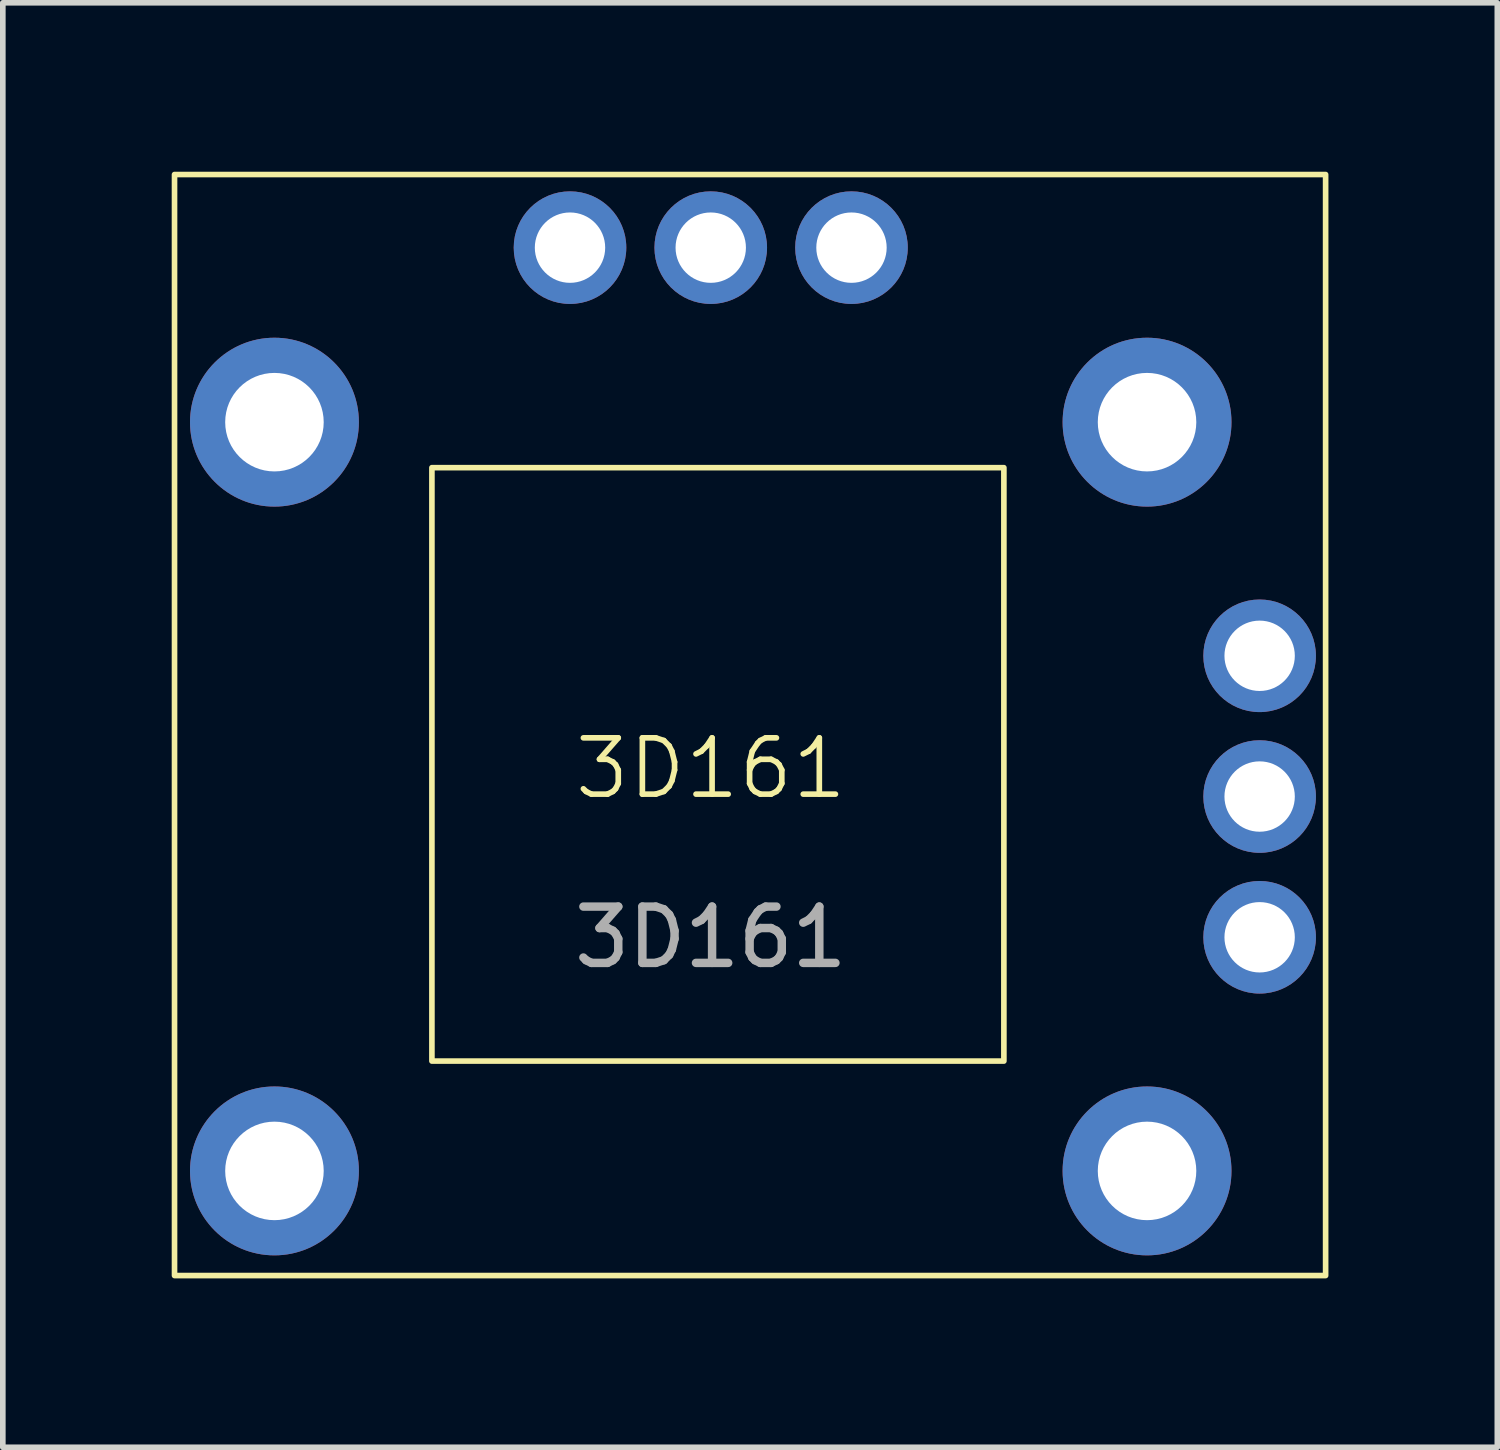
<source format=kicad_pcb>
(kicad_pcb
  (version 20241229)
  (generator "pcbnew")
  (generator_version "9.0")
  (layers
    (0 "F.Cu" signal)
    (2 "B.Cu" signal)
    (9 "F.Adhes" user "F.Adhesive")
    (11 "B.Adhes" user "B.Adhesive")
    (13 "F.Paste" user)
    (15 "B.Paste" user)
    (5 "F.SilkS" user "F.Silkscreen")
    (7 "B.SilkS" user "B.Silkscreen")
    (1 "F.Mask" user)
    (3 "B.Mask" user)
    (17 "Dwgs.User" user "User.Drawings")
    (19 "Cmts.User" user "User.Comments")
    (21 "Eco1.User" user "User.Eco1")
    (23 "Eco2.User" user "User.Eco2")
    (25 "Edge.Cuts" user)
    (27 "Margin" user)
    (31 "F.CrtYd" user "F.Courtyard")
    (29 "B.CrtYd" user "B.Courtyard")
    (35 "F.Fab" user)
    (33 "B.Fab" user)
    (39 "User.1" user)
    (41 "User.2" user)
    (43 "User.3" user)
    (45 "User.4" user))
  (footprint "3D161"
    (layer "F.Cu")
    (at 9.575 11.099)
    (property "Reference" "3D161" (at 0 -0.5 0) (unlocked yes) (layer "F.SilkS") (effects (font (size 1 1) (thickness 0.1))))
    (attr through_hole)
    (fp_rect (start -9.525 -11.049) (end 10.922 8.509) (stroke (width 0.1) (type default)) (fill no) (layer "F.SilkS"))
    (fp_rect (start -4.953 -5.842) (end 5.207 4.699) (stroke (width 0.1) (type default)) (fill no) (layer "F.SilkS"))
    (fp_text user "${REFERENCE}" (at 0 2.5 0) (unlocked yes) (layer "F.Fab") (effects (font (size 1 1) (thickness 0.15))))
    (pad "1" thru_hole circle (at -2.5 -9.75) (size 2 2) (drill 1.25) (layers "*.Cu" "*.Mask"))
    (pad "2" thru_hole circle (at 0 -9.75) (size 2 2) (drill 1.25) (layers "*.Cu" "*.Mask"))
    (pad "3" thru_hole circle (at 2.5 -9.75) (size 2 2) (drill 1.25) (layers "*.Cu" "*.Mask"))
    (pad "4" thru_hole circle (at 9.75 -2.5) (size 2 2) (drill 1.25) (layers "*.Cu" "*.Mask"))
    (pad "5" thru_hole circle (at 9.75 0) (size 2 2) (drill 1.25) (layers "*.Cu" "*.Mask"))
    (pad "6" thru_hole circle (at 9.75 2.5) (size 2 2) (drill 1.25) (layers "*.Cu" "*.Mask"))
    (pad "7" thru_hole circle (at -7.75 -6.65) (size 3 3) (drill 1.75) (layers "*.Cu" "*.Mask"))
    (pad "7" thru_hole circle (at -7.75 6.65) (size 3 3) (drill 1.75) (layers "*.Cu" "*.Mask"))
    (pad "7" thru_hole circle (at 7.75 -6.65) (size 3 3) (drill 1.75) (layers "*.Cu" "*.Mask"))
    (pad "7" thru_hole circle (at 7.75 6.65) (size 3 3) (drill 1.75) (layers "*.Cu" "*.Mask")))
  (gr_rect
    (start -3 -3)
    (end 23.547 22.658)
    (stroke (width 0.1) (type default))
    (fill no)
    (layer "Edge.Cuts")))
</source>
